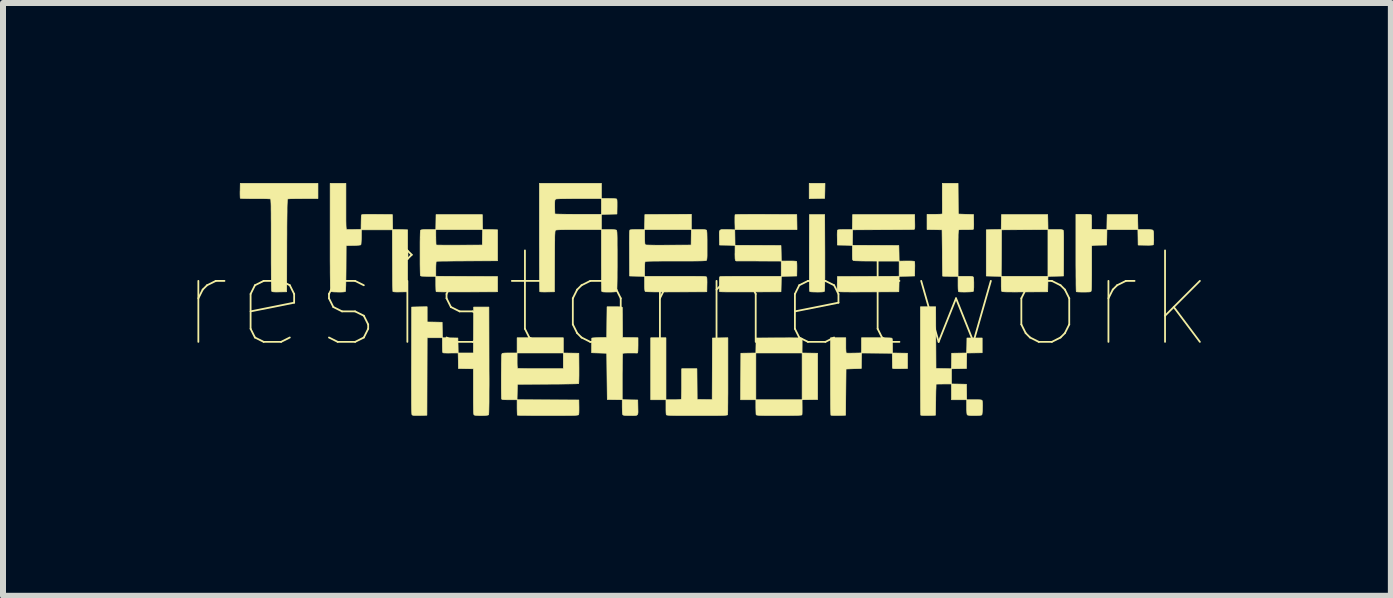
<source format=kicad_pcb>
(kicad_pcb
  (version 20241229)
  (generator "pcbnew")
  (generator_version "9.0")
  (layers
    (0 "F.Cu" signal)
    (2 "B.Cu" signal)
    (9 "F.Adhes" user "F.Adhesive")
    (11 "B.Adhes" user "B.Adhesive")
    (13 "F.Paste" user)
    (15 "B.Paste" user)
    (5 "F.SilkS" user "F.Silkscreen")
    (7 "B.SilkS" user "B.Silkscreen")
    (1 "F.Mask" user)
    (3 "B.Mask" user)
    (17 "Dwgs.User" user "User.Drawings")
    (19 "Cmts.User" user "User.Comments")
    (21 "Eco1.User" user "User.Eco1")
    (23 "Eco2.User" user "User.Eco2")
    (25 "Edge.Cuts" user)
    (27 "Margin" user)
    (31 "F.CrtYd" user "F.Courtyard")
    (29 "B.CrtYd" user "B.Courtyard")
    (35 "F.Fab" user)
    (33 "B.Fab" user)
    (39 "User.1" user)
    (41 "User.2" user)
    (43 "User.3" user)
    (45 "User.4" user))
  (footprint "resistornetwork"
    (layer "F.Cu")
    (at 8.565 1.944)
    (property "Reference" "resistornetwork" (at 0 0 0) (layer "F.SilkS") (effects (font (size 1.524 1.524) (thickness 0.03))))
    (attr through_hole)
    (fp_poly (pts (xy -0.516 1.668) (xy -0.643 1.668) (xy -0.77 1.668) (xy -0.77 1.151) (xy -0.77 0.635) (xy -0.643 0.635) (xy -0.516 0.635) (xy -0.516 1.151) (xy -0.516 1.668)) (stroke (width 0.01) (type solid)) (fill yes) (layer "F.SilkS"))
    (fp_poly (pts (xy 2.134 -1.939) (xy 2.132 -1.814) (xy 2.129 -1.689) (xy 2 -1.687) (xy 1.871 -1.684) (xy 1.871 -1.812) (xy 1.871 -1.939) (xy 2.003 -1.939) (xy 2.134 -1.939)) (stroke (width 0.01) (type solid)) (fill yes) (layer "F.SilkS"))
    (fp_poly (pts (xy 1.668 -1.168) (xy 1.152 -1.168) (xy 0.636 -1.168) (xy 0.633 -1.288) (xy 0.633 -1.331) (xy 0.633 -1.369) (xy 0.634 -1.397) (xy 0.635 -1.413) (xy 0.636 -1.415) (xy 0.645 -1.416) (xy 0.67 -1.418) (xy 0.709 -1.419) (xy 0.762 -1.42) (xy 0.828 -1.42) (xy 0.904 -1.421) (xy 0.99 -1.421) (xy 1.085 -1.421) (xy 1.152 -1.42) (xy 1.664 -1.418) (xy 1.666 -1.293) (xy 1.668 -1.168)) (stroke (width 0.01) (type solid)) (fill yes) (layer "F.SilkS"))
    (fp_poly (pts (xy 4.614 -0.258) (xy 4.614 -0.204) (xy 4.611 -0.165) (xy 4.607 -0.143) (xy 4.604 -0.137) (xy 4.593 -0.134) (xy 4.568 -0.131) (xy 4.535 -0.129) (xy 4.496 -0.128) (xy 4.456 -0.127) (xy 4.418 -0.128) (xy 4.387 -0.129) (xy 4.367 -0.131) (xy 4.362 -0.133) (xy 4.358 -0.139) (xy 4.355 -0.157) (xy 4.353 -0.187) (xy 4.352 -0.231) (xy 4.352 -0.263) (xy 4.352 -0.389) (xy 4.473 -0.389) (xy 4.529 -0.389) (xy 4.57 -0.387) (xy 4.595 -0.383) (xy 4.604 -0.379) (xy 4.609 -0.366) (xy 4.612 -0.337) (xy 4.614 -0.291) (xy 4.614 -0.258)) (stroke (width 0.01) (type solid)) (fill yes) (layer "F.SilkS"))
    (fp_poly (pts (xy 2.132 -0.542) (xy 2.132 -0.444) (xy 2.132 -0.362) (xy 2.131 -0.293) (xy 2.13 -0.238) (xy 2.129 -0.196) (xy 2.128 -0.166) (xy 2.126 -0.147) (xy 2.124 -0.139) (xy 2.124 -0.139) (xy 2.115 -0.133) (xy 2.097 -0.13) (xy 2.067 -0.128) (xy 2.023 -0.127) (xy 2.003 -0.127) (xy 1.961 -0.128) (xy 1.924 -0.129) (xy 1.897 -0.131) (xy 1.883 -0.134) (xy 1.882 -0.134) (xy 1.88 -0.139) (xy 1.878 -0.15) (xy 1.876 -0.169) (xy 1.875 -0.197) (xy 1.874 -0.235) (xy 1.873 -0.283) (xy 1.873 -0.344) (xy 1.873 -0.416) (xy 1.873 -0.503) (xy 1.873 -0.604) (xy 1.873 -0.72) (xy 1.873 -0.779) (xy 1.875 -1.418) (xy 2.002 -1.418) (xy 2.129 -1.418) (xy 2.132 -0.784) (xy 2.132 -0.655) (xy 2.132 -0.542)) (stroke (width 0.01) (type solid)) (fill yes) (layer "F.SilkS"))
    (fp_poly (pts (xy -1.329 -0.649) (xy -1.329 -0.537) (xy -1.33 -0.442) (xy -1.33 -0.361) (xy -1.331 -0.295) (xy -1.332 -0.241) (xy -1.333 -0.2) (xy -1.334 -0.17) (xy -1.336 -0.15) (xy -1.338 -0.139) (xy -1.339 -0.137) (xy -1.352 -0.132) (xy -1.381 -0.129) (xy -1.425 -0.127) (xy -1.466 -0.127) (xy -1.513 -0.127) (xy -1.546 -0.128) (xy -1.568 -0.13) (xy -1.58 -0.134) (xy -1.586 -0.139) (xy -1.587 -0.14) (xy -1.588 -0.151) (xy -1.588 -0.177) (xy -1.589 -0.217) (xy -1.59 -0.27) (xy -1.591 -0.333) (xy -1.591 -0.405) (xy -1.591 -0.486) (xy -1.592 -0.573) (xy -1.592 -0.661) (xy -1.592 -1.168) (xy -1.477 -1.168) (xy -1.433 -1.168) (xy -1.395 -1.166) (xy -1.365 -1.164) (xy -1.347 -1.16) (xy -1.346 -1.16) (xy -1.342 -1.157) (xy -1.339 -1.154) (xy -1.337 -1.147) (xy -1.335 -1.136) (xy -1.333 -1.12) (xy -1.332 -1.097) (xy -1.331 -1.067) (xy -1.33 -1.027) (xy -1.33 -0.976) (xy -1.33 -0.914) (xy -1.329 -0.838) (xy -1.329 -0.748) (xy -1.329 -0.649)) (stroke (width 0.01) (type solid)) (fill yes) (layer "F.SilkS"))
    (fp_poly (pts (xy 6.111 -0.918) (xy 6.111 -0.828) (xy 6.111 -0.769) (xy 6.109 -0.394) (xy 5.98 -0.391) (xy 5.851 -0.389) (xy 5.85 -0.365) (xy 5.85 -0.389) (xy 5.85 -0.779) (xy 5.85 -1.169) (xy 5.463 -1.166) (xy 5.076 -1.164) (xy 5.074 -0.777) (xy 5.071 -0.389) (xy 5.461 -0.389) (xy 5.85 -0.389) (xy 5.85 -0.365) (xy 5.849 -0.26) (xy 5.846 -0.131) (xy 5.469 -0.129) (xy 5.374 -0.129) (xy 5.294 -0.128) (xy 5.229 -0.129) (xy 5.177 -0.129) (xy 5.138 -0.13) (xy 5.11 -0.132) (xy 5.092 -0.134) (xy 5.083 -0.136) (xy 5.082 -0.137) (xy 5.077 -0.149) (xy 5.074 -0.176) (xy 5.072 -0.218) (xy 5.072 -0.268) (xy 5.072 -0.389) (xy 4.947 -0.391) (xy 4.822 -0.394) (xy 4.822 -0.779) (xy 4.822 -1.164) (xy 4.946 -1.167) (xy 5.071 -1.169) (xy 5.073 -1.294) (xy 5.076 -1.418) (xy 5.461 -1.418) (xy 5.846 -1.418) (xy 5.849 -1.293) (xy 5.851 -1.168) (xy 5.972 -1.168) (xy 6.024 -1.168) (xy 6.061 -1.167) (xy 6.085 -1.164) (xy 6.099 -1.16) (xy 6.104 -1.157) (xy 6.106 -1.148) (xy 6.108 -1.128) (xy 6.11 -1.096) (xy 6.111 -1.051) (xy 6.111 -0.991) (xy 6.111 -0.918)) (stroke (width 0.01) (type solid)) (fill yes) (layer "F.SilkS"))
    (fp_poly (pts (xy 4.613 -1.253) (xy 4.612 -1.215) (xy 4.61 -1.187) (xy 4.607 -1.175) (xy 4.607 -1.174) (xy 4.595 -1.171) (xy 4.57 -1.169) (xy 4.533 -1.168) (xy 4.49 -1.168) (xy 4.447 -1.168) (xy 4.41 -1.167) (xy 4.382 -1.166) (xy 4.367 -1.164) (xy 4.367 -1.164) (xy 4.363 -1.161) (xy 4.36 -1.157) (xy 4.358 -1.148) (xy 4.356 -1.133) (xy 4.355 -1.111) (xy 4.353 -1.081) (xy 4.353 -1.041) (xy 4.352 -0.99) (xy 4.352 -0.926) (xy 4.352 -0.847) (xy 4.352 -0.774) (xy 4.352 -0.389) (xy 4.225 -0.389) (xy 4.18 -0.39) (xy 4.143 -0.39) (xy 4.114 -0.391) (xy 4.098 -0.391) (xy 4.096 -0.392) (xy 4.095 -0.4) (xy 4.095 -0.424) (xy 4.094 -0.462) (xy 4.093 -0.511) (xy 4.092 -0.57) (xy 4.091 -0.638) (xy 4.09 -0.713) (xy 4.09 -0.779) (xy 4.085 -1.164) (xy 3.96 -1.167) (xy 3.835 -1.169) (xy 3.835 -1.296) (xy 3.835 -1.422) (xy 3.962 -1.422) (xy 4.014 -1.423) (xy 4.051 -1.424) (xy 4.075 -1.426) (xy 4.087 -1.429) (xy 4.09 -1.433) (xy 4.09 -1.444) (xy 4.09 -1.469) (xy 4.09 -1.508) (xy 4.09 -1.556) (xy 4.09 -1.612) (xy 4.089 -1.675) (xy 4.089 -1.691) (xy 4.089 -1.939) (xy 4.22 -1.939) (xy 4.352 -1.939) (xy 4.354 -1.683) (xy 4.356 -1.427) (xy 4.483 -1.422) (xy 4.61 -1.418) (xy 4.612 -1.3) (xy 4.613 -1.253)) (stroke (width 0.01) (type solid)) (fill yes) (layer "F.SilkS"))
    (fp_poly (pts (xy 0.516 1.269) (xy 0.516 1.371) (xy 0.516 1.469) (xy 0.516 1.561) (xy 0.515 1.645) (xy 0.515 1.72) (xy 0.514 1.785) (xy 0.514 1.839) (xy 0.513 1.879) (xy 0.512 1.906) (xy 0.511 1.917) (xy 0.511 1.917) (xy 0.509 1.92) (xy 0.503 1.922) (xy 0.493 1.924) (xy 0.477 1.926) (xy 0.454 1.927) (xy 0.423 1.928) (xy 0.382 1.929) (xy 0.33 1.93) (xy 0.266 1.93) (xy 0.189 1.93) (xy 0.098 1.93) (xy 0 1.93) (xy -0.106 1.93) (xy -0.196 1.93) (xy -0.272 1.93) (xy -0.335 1.93) (xy -0.386 1.929) (xy -0.426 1.928) (xy -0.456 1.927) (xy -0.479 1.926) (xy -0.494 1.924) (xy -0.504 1.922) (xy -0.509 1.92) (xy -0.511 1.917) (xy -0.513 1.904) (xy -0.515 1.878) (xy -0.516 1.841) (xy -0.516 1.798) (xy -0.516 1.786) (xy -0.516 1.668) (xy -0.39 1.668) (xy -0.341 1.668) (xy -0.305 1.667) (xy -0.282 1.665) (xy -0.268 1.662) (xy -0.261 1.658) (xy -0.259 1.655) (xy -0.258 1.643) (xy -0.257 1.617) (xy -0.256 1.578) (xy -0.255 1.529) (xy -0.254 1.472) (xy -0.254 1.41) (xy -0.254 1.396) (xy -0.254 1.151) (xy -0.127 1.151) (xy -0.000248 1.151) (xy 0.002 1.408) (xy 0.004 1.664) (xy 0.129 1.666) (xy 0.254 1.668) (xy 0.256 1.154) (xy 0.258 0.639) (xy 0.387 0.637) (xy 0.516 0.635) (xy 0.516 1.269)) (stroke (width 0.01) (type solid)) (fill yes) (layer "F.SilkS"))
    (fp_poly (pts (xy 2.011 1.664) (xy 1.881 1.666) (xy 1.752 1.668) (xy 1.753 1.79) (xy 1.753 1.834) (xy 1.753 1.872) (xy 1.752 1.902) (xy 1.75 1.918) (xy 1.749 1.921) (xy 1.742 1.923) (xy 1.723 1.925) (xy 1.692 1.927) (xy 1.648 1.928) (xy 1.59 1.929) (xy 1.518 1.93) (xy 1.429 1.93) (xy 1.368 1.93) (xy 1.278 1.93) (xy 1.203 1.93) (xy 1.142 1.93) (xy 1.094 1.929) (xy 1.057 1.928) (xy 1.029 1.927) (xy 1.01 1.925) (xy 0.998 1.923) (xy 0.991 1.921) (xy 0.988 1.918) (xy 0.987 1.917) (xy 0.985 1.904) (xy 0.984 1.878) (xy 0.983 1.841) (xy 0.982 1.798) (xy 0.982 1.786) (xy 0.982 1.668) (xy 1.367 1.668) (xy 1.753 1.668) (xy 1.753 1.278) (xy 1.753 0.889) (xy 1.367 0.889) (xy 0.982 0.889) (xy 0.982 1.278) (xy 0.982 1.668) (xy 0.855 1.668) (xy 0.728 1.668) (xy 0.73 1.281) (xy 0.732 0.893) (xy 0.857 0.891) (xy 0.982 0.889) (xy 0.984 0.764) (xy 0.986 0.639) (xy 1.369 0.637) (xy 1.463 0.637) (xy 1.542 0.636) (xy 1.606 0.637) (xy 1.656 0.637) (xy 1.695 0.638) (xy 1.722 0.639) (xy 1.74 0.641) (xy 1.75 0.643) (xy 1.753 0.645) (xy 1.753 0.658) (xy 1.753 0.683) (xy 1.753 0.719) (xy 1.753 0.761) (xy 1.753 0.772) (xy 1.752 0.889) (xy 1.881 0.891) (xy 2.011 0.893) (xy 2.011 1.278) (xy 2.011 1.664)) (stroke (width 0.01) (type solid)) (fill yes) (layer "F.SilkS"))
    (fp_poly (pts (xy 3.509 1.147) (xy 3.385 1.15) (xy 3.334 1.15) (xy 3.298 1.15) (xy 3.275 1.148) (xy 3.263 1.145) (xy 3.259 1.141) (xy 3.259 1.129) (xy 3.258 1.104) (xy 3.258 1.068) (xy 3.257 1.025) (xy 3.257 1.012) (xy 3.255 0.893) (xy 3 0.891) (xy 2.744 0.889) (xy 2.741 1.018) (xy 2.739 1.147) (xy 2.612 1.151) (xy 2.485 1.156) (xy 2.481 1.541) (xy 2.477 1.926) (xy 2.357 1.929) (xy 2.314 1.929) (xy 2.277 1.929) (xy 2.249 1.927) (xy 2.234 1.926) (xy 2.233 1.925) (xy 2.232 1.916) (xy 2.231 1.891) (xy 2.23 1.852) (xy 2.229 1.8) (xy 2.228 1.736) (xy 2.228 1.662) (xy 2.227 1.579) (xy 2.227 1.488) (xy 2.227 1.391) (xy 2.227 1.288) (xy 2.227 1.277) (xy 2.227 0.635) (xy 2.354 0.635) (xy 2.481 0.635) (xy 2.481 0.761) (xy 2.481 0.81) (xy 2.483 0.85) (xy 2.485 0.877) (xy 2.488 0.89) (xy 2.489 0.89) (xy 2.5 0.891) (xy 2.525 0.892) (xy 2.56 0.892) (xy 2.602 0.891) (xy 2.62 0.891) (xy 2.743 0.888) (xy 2.743 0.762) (xy 2.743 0.635) (xy 2.997 0.635) (xy 3.073 0.635) (xy 3.133 0.636) (xy 3.18 0.637) (xy 3.213 0.638) (xy 3.236 0.64) (xy 3.248 0.642) (xy 3.252 0.645) (xy 3.252 0.646) (xy 3.255 0.662) (xy 3.256 0.665) (xy 3.257 0.676) (xy 3.257 0.701) (xy 3.258 0.735) (xy 3.259 0.776) (xy 3.259 0.781) (xy 3.26 0.889) (xy 3.385 0.891) (xy 3.509 0.893) (xy 3.509 1.02) (xy 3.509 1.147)) (stroke (width 0.01) (type solid)) (fill yes) (layer "F.SilkS"))
    (fp_poly (pts (xy -6.316 -1.685) (xy -6.564 -1.685) (xy -6.627 -1.684) (xy -6.685 -1.684) (xy -6.736 -1.683) (xy -6.777 -1.682) (xy -6.806 -1.68) (xy -6.821 -1.678) (xy -6.822 -1.678) (xy -6.824 -1.673) (xy -6.826 -1.662) (xy -6.827 -1.642) (xy -6.828 -1.613) (xy -6.83 -1.574) (xy -6.831 -1.525) (xy -6.831 -1.465) (xy -6.832 -1.392) (xy -6.833 -1.306) (xy -6.834 -1.206) (xy -6.834 -1.091) (xy -6.835 -0.96) (xy -6.835 -0.901) (xy -6.837 -0.131) (xy -6.956 -0.129) (xy -7.006 -0.128) (xy -7.042 -0.129) (xy -7.065 -0.131) (xy -7.079 -0.134) (xy -7.085 -0.138) (xy -7.087 -0.145) (xy -7.089 -0.162) (xy -7.09 -0.189) (xy -7.091 -0.227) (xy -7.092 -0.277) (xy -7.093 -0.339) (xy -7.094 -0.414) (xy -7.094 -0.504) (xy -7.095 -0.608) (xy -7.095 -0.727) (xy -7.095 -0.862) (xy -7.095 -0.911) (xy -7.095 -1.046) (xy -7.095 -1.166) (xy -7.095 -1.27) (xy -7.096 -1.36) (xy -7.096 -1.437) (xy -7.097 -1.502) (xy -7.097 -1.554) (xy -7.098 -1.596) (xy -7.1 -1.629) (xy -7.101 -1.652) (xy -7.102 -1.668) (xy -7.104 -1.676) (xy -7.105 -1.678) (xy -7.116 -1.68) (xy -7.142 -1.681) (xy -7.18 -1.683) (xy -7.229 -1.684) (xy -7.285 -1.684) (xy -7.347 -1.684) (xy -7.361 -1.684) (xy -7.424 -1.684) (xy -7.481 -1.685) (xy -7.53 -1.686) (xy -7.569 -1.687) (xy -7.597 -1.689) (xy -7.61 -1.69) (xy -7.611 -1.691) (xy -7.612 -1.701) (xy -7.613 -1.725) (xy -7.614 -1.76) (xy -7.614 -1.802) (xy -7.613 -1.818) (xy -7.611 -1.939) (xy -6.963 -1.939) (xy -6.316 -1.939) (xy -6.316 -1.812) (xy -6.316 -1.685)) (stroke (width 0.01) (type solid)) (fill yes) (layer "F.SilkS"))
    (fp_poly (pts (xy -0.982 0.762) (xy -0.983 0.814) (xy -0.984 0.851) (xy -0.986 0.875) (xy -0.989 0.887) (xy -0.993 0.889) (xy -1.005 0.89) (xy -1.03 0.889) (xy -1.066 0.889) (xy -1.108 0.889) (xy -1.119 0.889) (xy -1.166 0.889) (xy -1.199 0.89) (xy -1.22 0.891) (xy -1.232 0.895) (xy -1.238 0.9) (xy -1.239 0.902) (xy -1.24 0.913) (xy -1.241 0.939) (xy -1.242 0.979) (xy -1.243 1.03) (xy -1.244 1.091) (xy -1.244 1.16) (xy -1.245 1.235) (xy -1.245 1.292) (xy -1.245 1.667) (xy -1.115 1.67) (xy -0.986 1.672) (xy -0.984 1.782) (xy -0.983 1.836) (xy -0.982 1.875) (xy -0.985 1.901) (xy -0.993 1.918) (xy -1.008 1.927) (xy -1.032 1.93) (xy -1.066 1.931) (xy -1.108 1.93) (xy -1.163 1.93) (xy -1.203 1.928) (xy -1.227 1.924) (xy -1.234 1.92) (xy -1.239 1.908) (xy -1.242 1.88) (xy -1.244 1.837) (xy -1.245 1.789) (xy -1.245 1.668) (xy -1.369 1.666) (xy -1.494 1.664) (xy -1.499 1.278) (xy -1.503 0.893) (xy -1.629 0.889) (xy -1.755 0.885) (xy -1.754 0.766) (xy -1.754 0.723) (xy -1.753 0.686) (xy -1.753 0.658) (xy -1.753 0.643) (xy -1.753 0.642) (xy -1.745 0.639) (xy -1.723 0.637) (xy -1.69 0.635) (xy -1.649 0.634) (xy -1.628 0.633) (xy -1.503 0.631) (xy -1.501 0.375) (xy -1.498 0.119) (xy -1.371 0.119) (xy -1.32 0.119) (xy -1.283 0.12) (xy -1.259 0.122) (xy -1.247 0.126) (xy -1.244 0.129) (xy -1.244 0.14) (xy -1.244 0.166) (xy -1.244 0.204) (xy -1.243 0.252) (xy -1.243 0.308) (xy -1.242 0.371) (xy -1.242 0.385) (xy -1.24 0.631) (xy -1.111 0.633) (xy -0.982 0.635) (xy -0.982 0.762)) (stroke (width 0.01) (type solid)) (fill yes) (layer "F.SilkS"))
    (fp_poly (pts (xy 1.666 -0.525) (xy 1.666 -0.512) (xy 1.664 -0.394) (xy 1.535 -0.391) (xy 1.406 -0.389) (xy 1.404 -0.26) (xy 1.401 -0.131) (xy 0.893 -0.129) (xy 0.801 -0.129) (xy 0.715 -0.129) (xy 0.635 -0.129) (xy 0.564 -0.129) (xy 0.502 -0.129) (xy 0.451 -0.13) (xy 0.412 -0.131) (xy 0.387 -0.132) (xy 0.378 -0.133) (xy 0.376 -0.143) (xy 0.374 -0.167) (xy 0.373 -0.201) (xy 0.373 -0.243) (xy 0.373 -0.259) (xy 0.373 -0.307) (xy 0.374 -0.341) (xy 0.376 -0.364) (xy 0.379 -0.377) (xy 0.383 -0.383) (xy 0.386 -0.384) (xy 0.397 -0.385) (xy 0.423 -0.386) (xy 0.463 -0.387) (xy 0.515 -0.388) (xy 0.578 -0.388) (xy 0.651 -0.389) (xy 0.731 -0.389) (xy 0.818 -0.389) (xy 0.902 -0.389) (xy 1.405 -0.389) (xy 1.405 -0.516) (xy 1.405 -0.643) (xy 1.044 -0.644) (xy 0.966 -0.645) (xy 0.894 -0.645) (xy 0.829 -0.645) (xy 0.773 -0.645) (xy 0.727 -0.645) (xy 0.693 -0.645) (xy 0.673 -0.645) (xy 0.669 -0.644) (xy 0.656 -0.645) (xy 0.646 -0.65) (xy 0.64 -0.661) (xy 0.636 -0.682) (xy 0.635 -0.714) (xy 0.634 -0.76) (xy 0.635 -0.782) (xy 0.636 -0.905) (xy 0.506 -0.908) (xy 0.377 -0.91) (xy 0.374 -1.035) (xy 0.373 -1.084) (xy 0.373 -1.119) (xy 0.377 -1.143) (xy 0.386 -1.158) (xy 0.403 -1.166) (xy 0.43 -1.168) (xy 0.47 -1.168) (xy 0.521 -1.167) (xy 0.631 -1.164) (xy 0.633 -1.035) (xy 0.635 -0.906) (xy 1.018 -0.904) (xy 1.401 -0.902) (xy 1.404 -0.772) (xy 1.406 -0.643) (xy 1.529 -0.644) (xy 1.574 -0.644) (xy 1.612 -0.643) (xy 1.641 -0.641) (xy 1.658 -0.638) (xy 1.661 -0.637) (xy 1.663 -0.626) (xy 1.665 -0.602) (xy 1.666 -0.567) (xy 1.666 -0.525)) (stroke (width 0.01) (type solid)) (fill yes) (layer "F.SilkS"))
    (fp_poly (pts (xy -3.464 1.429) (xy -3.465 1.536) (xy -3.465 1.628) (xy -3.465 1.707) (xy -3.466 1.772) (xy -3.467 1.825) (xy -3.468 1.865) (xy -3.469 1.894) (xy -3.471 1.911) (xy -3.472 1.919) (xy -3.472 1.919) (xy -3.485 1.924) (xy -3.51 1.927) (xy -3.544 1.93) (xy -3.583 1.931) (xy -3.624 1.931) (xy -3.661 1.929) (xy -3.691 1.927) (xy -3.711 1.923) (xy -3.715 1.92) (xy -3.718 1.913) (xy -3.72 1.897) (xy -3.722 1.87) (xy -3.723 1.831) (xy -3.724 1.781) (xy -3.725 1.716) (xy -3.725 1.637) (xy -3.725 1.542) (xy -3.725 1.531) (xy -3.725 1.152) (xy -3.85 1.15) (xy -3.975 1.147) (xy -3.977 1.018) (xy -3.98 0.888) (xy -4.102 0.889) (xy -4.146 0.89) (xy -4.184 0.889) (xy -4.214 0.888) (xy -4.23 0.886) (xy -4.233 0.885) (xy -4.237 0.874) (xy -4.24 0.848) (xy -4.241 0.807) (xy -4.242 0.757) (xy -4.242 0.635) (xy -4.369 0.635) (xy -4.496 0.635) (xy -4.498 1.281) (xy -4.5 1.926) (xy -4.619 1.929) (xy -4.67 1.929) (xy -4.705 1.929) (xy -4.729 1.927) (xy -4.743 1.923) (xy -4.749 1.919) (xy -4.75 1.912) (xy -4.752 1.896) (xy -4.753 1.87) (xy -4.754 1.833) (xy -4.755 1.784) (xy -4.756 1.724) (xy -4.756 1.65) (xy -4.756 1.563) (xy -4.757 1.462) (xy -4.757 1.347) (xy -4.757 1.215) (xy -4.756 1.068) (xy -4.756 1.015) (xy -4.754 0.123) (xy -4.625 0.12) (xy -4.496 0.118) (xy -4.496 0.245) (xy -4.496 0.372) (xy -4.371 0.374) (xy -4.246 0.377) (xy -4.244 0.506) (xy -4.241 0.635) (xy -4.112 0.637) (xy -3.984 0.639) (xy -3.981 0.764) (xy -3.979 0.889) (xy -3.852 0.889) (xy -3.726 0.889) (xy -3.723 0.506) (xy -3.721 0.123) (xy -3.594 0.123) (xy -3.467 0.123) (xy -3.465 1.015) (xy -3.465 1.169) (xy -3.464 1.307) (xy -3.464 1.429)) (stroke (width 0.01) (type solid)) (fill yes) (layer "F.SilkS"))
    (fp_poly (pts (xy -1.331 -1.583) (xy -1.331 -1.549) (xy -1.333 -1.427) (xy -1.463 -1.424) (xy -1.592 -1.422) (xy -1.592 -1.295) (xy -1.592 -1.168) (xy -1.967 -1.168) (xy -2.062 -1.168) (xy -2.142 -1.168) (xy -2.206 -1.167) (xy -2.258 -1.166) (xy -2.297 -1.165) (xy -2.326 -1.163) (xy -2.345 -1.161) (xy -2.355 -1.159) (xy -2.356 -1.158) (xy -2.359 -1.155) (xy -2.362 -1.149) (xy -2.364 -1.139) (xy -2.366 -1.124) (xy -2.367 -1.103) (xy -2.369 -1.073) (xy -2.37 -1.035) (xy -2.37 -0.987) (xy -2.371 -0.927) (xy -2.372 -0.854) (xy -2.372 -0.768) (xy -2.373 -0.665) (xy -2.373 -0.639) (xy -2.375 -0.131) (xy -2.494 -0.129) (xy -2.537 -0.128) (xy -2.574 -0.129) (xy -2.602 -0.13) (xy -2.617 -0.132) (xy -2.619 -0.132) (xy -2.62 -0.142) (xy -2.62 -0.166) (xy -2.621 -0.206) (xy -2.622 -0.259) (xy -2.622 -0.325) (xy -2.623 -0.402) (xy -2.623 -0.49) (xy -2.624 -0.586) (xy -2.624 -0.691) (xy -2.624 -0.802) (xy -2.625 -0.92) (xy -2.625 -1.039) (xy -2.625 -1.939) (xy -2.108 -1.939) (xy -1.592 -1.939) (xy -1.592 -1.812) (xy -1.592 -1.685) (xy -1.965 -1.685) (xy -2.066 -1.685) (xy -2.152 -1.684) (xy -2.224 -1.683) (xy -2.281 -1.682) (xy -2.322 -1.68) (xy -2.347 -1.678) (xy -2.354 -1.676) (xy -2.361 -1.671) (xy -2.365 -1.663) (xy -2.368 -1.649) (xy -2.37 -1.626) (xy -2.371 -1.591) (xy -2.371 -1.551) (xy -2.37 -1.508) (xy -2.369 -1.471) (xy -2.368 -1.444) (xy -2.366 -1.429) (xy -2.365 -1.428) (xy -2.356 -1.427) (xy -2.331 -1.426) (xy -2.293 -1.425) (xy -2.243 -1.424) (xy -2.183 -1.423) (xy -2.115 -1.423) (xy -2.04 -1.422) (xy -1.976 -1.422) (xy -1.592 -1.422) (xy -1.592 -1.554) (xy -1.592 -1.685) (xy -1.471 -1.685) (xy -1.427 -1.684) (xy -1.388 -1.683) (xy -1.359 -1.681) (xy -1.342 -1.679) (xy -1.34 -1.678) (xy -1.335 -1.67) (xy -1.332 -1.653) (xy -1.331 -1.625) (xy -1.331 -1.583)) (stroke (width 0.01) (type solid)) (fill yes) (layer "F.SilkS"))
    (fp_poly (pts (xy 3.631 -1.249) (xy 3.631 -1.215) (xy 3.63 -1.193) (xy 3.627 -1.181) (xy 3.623 -1.174) (xy 3.618 -1.172) (xy 3.607 -1.171) (xy 3.58 -1.17) (xy 3.54 -1.169) (xy 3.487 -1.169) (xy 3.424 -1.168) (xy 3.351 -1.167) (xy 3.271 -1.167) (xy 3.184 -1.166) (xy 3.099 -1.166) (xy 2.595 -1.164) (xy 2.593 -1.035) (xy 2.59 -0.906) (xy 2.978 -0.904) (xy 3.365 -0.902) (xy 3.368 -0.772) (xy 3.37 -0.642) (xy 3.493 -0.644) (xy 3.54 -0.644) (xy 3.579 -0.643) (xy 3.608 -0.641) (xy 3.623 -0.638) (xy 3.624 -0.638) (xy 3.628 -0.626) (xy 3.63 -0.601) (xy 3.631 -0.564) (xy 3.63 -0.518) (xy 3.63 -0.512) (xy 3.628 -0.394) (xy 3.499 -0.391) (xy 3.37 -0.389) (xy 3.368 -0.26) (xy 3.365 -0.131) (xy 2.855 -0.129) (xy 2.746 -0.129) (xy 2.653 -0.128) (xy 2.575 -0.128) (xy 2.51 -0.129) (xy 2.457 -0.129) (xy 2.416 -0.13) (xy 2.385 -0.131) (xy 2.363 -0.133) (xy 2.349 -0.134) (xy 2.342 -0.137) (xy 2.341 -0.138) (xy 2.339 -0.15) (xy 2.338 -0.176) (xy 2.338 -0.211) (xy 2.338 -0.254) (xy 2.339 -0.267) (xy 2.341 -0.385) (xy 2.855 -0.387) (xy 3.37 -0.39) (xy 3.37 -0.517) (xy 3.37 -0.643) (xy 2.997 -0.643) (xy 2.896 -0.644) (xy 2.809 -0.644) (xy 2.738 -0.645) (xy 2.681 -0.647) (xy 2.64 -0.648) (xy 2.615 -0.651) (xy 2.607 -0.652) (xy 2.601 -0.657) (xy 2.596 -0.665) (xy 2.593 -0.679) (xy 2.592 -0.701) (xy 2.591 -0.735) (xy 2.591 -0.783) (xy 2.591 -0.905) (xy 2.466 -0.908) (xy 2.341 -0.91) (xy 2.339 -1.032) (xy 2.338 -1.084) (xy 2.339 -1.121) (xy 2.341 -1.145) (xy 2.344 -1.158) (xy 2.347 -1.161) (xy 2.359 -1.164) (xy 2.385 -1.166) (xy 2.42 -1.167) (xy 2.463 -1.168) (xy 2.474 -1.168) (xy 2.59 -1.168) (xy 2.593 -1.293) (xy 2.595 -1.418) (xy 3.111 -1.418) (xy 3.628 -1.418) (xy 3.63 -1.297) (xy 3.631 -1.249)) (stroke (width 0.01) (type solid)) (fill yes) (layer "F.SilkS"))
    (fp_poly (pts (xy 4.759 1.762) (xy 4.758 1.802) (xy 4.757 1.841) (xy 4.755 1.876) (xy 4.752 1.904) (xy 4.749 1.919) (xy 4.748 1.92) (xy 4.735 1.925) (xy 4.705 1.928) (xy 4.66 1.93) (xy 4.627 1.93) (xy 4.572 1.93) (xy 4.534 1.927) (xy 4.512 1.923) (xy 4.506 1.92) (xy 4.501 1.908) (xy 4.498 1.88) (xy 4.496 1.837) (xy 4.496 1.789) (xy 4.496 1.668) (xy 4.369 1.668) (xy 4.242 1.668) (xy 4.242 1.537) (xy 4.242 1.405) (xy 4.115 1.405) (xy 4.07 1.406) (xy 4.033 1.406) (xy 4.004 1.407) (xy 3.988 1.407) (xy 3.986 1.408) (xy 3.985 1.416) (xy 3.985 1.44) (xy 3.984 1.476) (xy 3.982 1.523) (xy 3.981 1.579) (xy 3.98 1.641) (xy 3.98 1.668) (xy 3.975 1.926) (xy 3.856 1.929) (xy 3.813 1.929) (xy 3.776 1.929) (xy 3.748 1.927) (xy 3.733 1.926) (xy 3.731 1.925) (xy 3.73 1.916) (xy 3.73 1.891) (xy 3.729 1.851) (xy 3.728 1.798) (xy 3.728 1.732) (xy 3.727 1.655) (xy 3.727 1.568) (xy 3.726 1.471) (xy 3.726 1.367) (xy 3.726 1.255) (xy 3.725 1.138) (xy 3.725 1.019) (xy 3.725 0.119) (xy 3.852 0.119) (xy 3.979 0.119) (xy 3.981 0.633) (xy 3.984 1.147) (xy 4.112 1.15) (xy 4.241 1.152) (xy 4.244 1.023) (xy 4.246 0.893) (xy 4.371 0.891) (xy 4.495 0.889) (xy 4.498 0.764) (xy 4.5 0.639) (xy 4.627 0.639) (xy 4.754 0.639) (xy 4.754 0.762) (xy 4.754 0.885) (xy 4.625 0.887) (xy 4.496 0.889) (xy 4.494 1.018) (xy 4.492 1.147) (xy 4.367 1.15) (xy 4.242 1.152) (xy 4.242 1.278) (xy 4.242 1.405) (xy 4.367 1.407) (xy 4.492 1.41) (xy 4.494 1.539) (xy 4.496 1.668) (xy 4.622 1.668) (xy 4.672 1.668) (xy 4.707 1.669) (xy 4.73 1.671) (xy 4.744 1.674) (xy 4.751 1.678) (xy 4.753 1.681) (xy 4.756 1.698) (xy 4.758 1.726) (xy 4.759 1.762)) (stroke (width 0.01) (type solid)) (fill yes) (layer "F.SilkS"))
    (fp_poly (pts (xy 7.613 -0.989) (xy 7.611 -0.952) (xy 7.609 -0.926) (xy 7.606 -0.914) (xy 7.606 -0.914) (xy 7.594 -0.911) (xy 7.568 -0.909) (xy 7.53 -0.907) (xy 7.482 -0.908) (xy 7.475 -0.908) (xy 7.353 -0.91) (xy 7.351 -1.039) (xy 7.349 -1.168) (xy 7.091 -1.168) (xy 6.833 -1.168) (xy 6.831 -1.039) (xy 6.828 -0.91) (xy 6.703 -0.908) (xy 6.655 -0.907) (xy 6.621 -0.906) (xy 6.599 -0.904) (xy 6.586 -0.901) (xy 6.58 -0.897) (xy 6.579 -0.891) (xy 6.578 -0.887) (xy 6.578 -0.874) (xy 6.578 -0.847) (xy 6.578 -0.806) (xy 6.578 -0.755) (xy 6.578 -0.693) (xy 6.578 -0.625) (xy 6.578 -0.55) (xy 6.578 -0.513) (xy 6.578 -0.42) (xy 6.577 -0.338) (xy 6.576 -0.269) (xy 6.575 -0.215) (xy 6.573 -0.175) (xy 6.571 -0.15) (xy 6.57 -0.143) (xy 6.565 -0.137) (xy 6.556 -0.132) (xy 6.542 -0.129) (xy 6.518 -0.128) (xy 6.482 -0.127) (xy 6.444 -0.127) (xy 6.401 -0.127) (xy 6.365 -0.128) (xy 6.338 -0.13) (xy 6.323 -0.132) (xy 6.322 -0.133) (xy 6.321 -0.142) (xy 6.32 -0.167) (xy 6.319 -0.206) (xy 6.318 -0.258) (xy 6.318 -0.321) (xy 6.317 -0.396) (xy 6.317 -0.479) (xy 6.316 -0.57) (xy 6.316 -0.667) (xy 6.316 -0.769) (xy 6.316 -0.78) (xy 6.316 -1.422) (xy 6.442 -1.422) (xy 6.492 -1.422) (xy 6.528 -1.421) (xy 6.551 -1.419) (xy 6.565 -1.416) (xy 6.572 -1.412) (xy 6.573 -1.41) (xy 6.575 -1.397) (xy 6.576 -1.37) (xy 6.577 -1.335) (xy 6.577 -1.292) (xy 6.577 -1.285) (xy 6.576 -1.173) (xy 6.704 -1.17) (xy 6.832 -1.168) (xy 6.834 -1.293) (xy 6.837 -1.418) (xy 7.091 -1.418) (xy 7.345 -1.418) (xy 7.347 -1.293) (xy 7.35 -1.168) (xy 7.466 -1.168) (xy 7.522 -1.168) (xy 7.562 -1.165) (xy 7.587 -1.162) (xy 7.597 -1.158) (xy 7.603 -1.151) (xy 7.607 -1.138) (xy 7.61 -1.116) (xy 7.611 -1.084) (xy 7.612 -1.037) (xy 7.612 -1.035) (xy 7.613 -0.989)) (stroke (width 0.01) (type solid)) (fill yes) (layer "F.SilkS"))
    (fp_poly (pts (xy -3.323 -0.131) (xy -3.832 -0.129) (xy -3.923 -0.129) (xy -4.009 -0.129) (xy -4.089 -0.129) (xy -4.161 -0.129) (xy -4.223 -0.129) (xy -4.274 -0.13) (xy -4.312 -0.131) (xy -4.337 -0.132) (xy -4.346 -0.133) (xy -4.348 -0.143) (xy -4.35 -0.167) (xy -4.351 -0.201) (xy -4.352 -0.243) (xy -4.352 -0.264) (xy -4.352 -0.389) (xy -4.478 -0.389) (xy -4.528 -0.39) (xy -4.563 -0.391) (xy -4.586 -0.392) (xy -4.6 -0.395) (xy -4.607 -0.4) (xy -4.609 -0.403) (xy -4.61 -0.414) (xy -4.611 -0.44) (xy -4.612 -0.48) (xy -4.613 -0.531) (xy -4.614 -0.591) (xy -4.614 -0.66) (xy -4.614 -0.735) (xy -4.614 -0.782) (xy -4.614 -0.877) (xy -4.614 -0.956) (xy -4.613 -1.02) (xy -4.612 -1.071) (xy -4.611 -1.109) (xy -4.609 -1.136) (xy -4.607 -1.152) (xy -4.604 -1.158) (xy -4.592 -1.163) (xy -4.564 -1.166) (xy -4.521 -1.168) (xy -4.473 -1.168) (xy -4.352 -1.168) (xy -4.35 -1.293) (xy -4.348 -1.418) (xy -3.962 -1.418) (xy -3.577 -1.418) (xy -3.575 -1.294) (xy -3.572 -1.169) (xy -3.448 -1.167) (xy -3.323 -1.164) (xy -3.323 -0.906) (xy -3.323 -0.648) (xy -3.572 -0.647) (xy -3.572 -1.168) (xy -3.962 -1.168) (xy -4.352 -1.168) (xy -4.352 -1.043) (xy -4.351 -0.998) (xy -4.35 -0.96) (xy -4.349 -0.931) (xy -4.347 -0.914) (xy -4.346 -0.911) (xy -4.337 -0.91) (xy -4.312 -0.909) (xy -4.274 -0.909) (xy -4.224 -0.908) (xy -4.164 -0.908) (xy -4.096 -0.908) (xy -4.021 -0.908) (xy -3.959 -0.908) (xy -3.577 -0.91) (xy -3.575 -1.039) (xy -3.572 -1.168) (xy -3.572 -0.647) (xy -3.83 -0.646) (xy -3.921 -0.645) (xy -4.007 -0.645) (xy -4.086 -0.644) (xy -4.158 -0.643) (xy -4.22 -0.643) (xy -4.271 -0.642) (xy -4.31 -0.641) (xy -4.335 -0.64) (xy -4.344 -0.639) (xy -4.347 -0.629) (xy -4.349 -0.605) (xy -4.351 -0.571) (xy -4.352 -0.529) (xy -4.352 -0.512) (xy -4.352 -0.39) (xy -3.838 -0.387) (xy -3.323 -0.385) (xy -3.323 -0.258) (xy -3.323 -0.131)) (stroke (width 0.01) (type solid)) (fill yes) (layer "F.SilkS"))
    (fp_poly (pts (xy -4.822 -0.131) (xy -4.943 -0.129) (xy -4.993 -0.128) (xy -5.028 -0.129) (xy -5.051 -0.131) (xy -5.064 -0.134) (xy -5.068 -0.138) (xy -5.068 -0.148) (xy -5.069 -0.174) (xy -5.07 -0.213) (xy -5.071 -0.265) (xy -5.072 -0.328) (xy -5.072 -0.4) (xy -5.073 -0.481) (xy -5.073 -0.567) (xy -5.074 -0.656) (xy -5.076 -1.164) (xy -5.334 -1.164) (xy -5.592 -1.164) (xy -5.593 -1.043) (xy -5.594 -0.999) (xy -5.596 -0.961) (xy -5.598 -0.932) (xy -5.601 -0.916) (xy -5.602 -0.914) (xy -5.613 -0.911) (xy -5.637 -0.908) (xy -5.672 -0.906) (xy -5.714 -0.904) (xy -5.728 -0.904) (xy -5.846 -0.902) (xy -5.848 -0.521) (xy -5.849 -0.426) (xy -5.85 -0.346) (xy -5.851 -0.281) (xy -5.852 -0.23) (xy -5.854 -0.191) (xy -5.855 -0.163) (xy -5.857 -0.145) (xy -5.86 -0.135) (xy -5.861 -0.134) (xy -5.875 -0.131) (xy -5.901 -0.128) (xy -5.936 -0.127) (xy -5.975 -0.127) (xy -6.015 -0.128) (xy -6.052 -0.129) (xy -6.081 -0.132) (xy -6.099 -0.135) (xy -6.103 -0.137) (xy -6.104 -0.143) (xy -6.106 -0.156) (xy -6.107 -0.179) (xy -6.109 -0.211) (xy -6.11 -0.253) (xy -6.11 -0.307) (xy -6.111 -0.372) (xy -6.112 -0.45) (xy -6.112 -0.541) (xy -6.113 -0.646) (xy -6.113 -0.766) (xy -6.113 -0.901) (xy -6.113 -1.043) (xy -6.113 -1.939) (xy -5.982 -1.939) (xy -5.85 -1.939) (xy -5.85 -1.554) (xy -5.85 -1.459) (xy -5.85 -1.38) (xy -5.85 -1.316) (xy -5.849 -1.265) (xy -5.848 -1.226) (xy -5.846 -1.198) (xy -5.844 -1.18) (xy -5.842 -1.17) (xy -5.84 -1.168) (xy -5.825 -1.167) (xy -5.799 -1.167) (xy -5.764 -1.168) (xy -5.726 -1.168) (xy -5.687 -1.169) (xy -5.651 -1.17) (xy -5.622 -1.17) (xy -5.604 -1.171) (xy -5.599 -1.171) (xy -5.598 -1.18) (xy -5.597 -1.203) (xy -5.597 -1.236) (xy -5.596 -1.276) (xy -5.596 -1.288) (xy -5.595 -1.331) (xy -5.594 -1.368) (xy -5.592 -1.396) (xy -5.589 -1.411) (xy -5.589 -1.413) (xy -5.582 -1.416) (xy -5.565 -1.418) (xy -5.536 -1.42) (xy -5.494 -1.421) (xy -5.438 -1.421) (xy -5.367 -1.421) (xy -5.329 -1.42) (xy -5.076 -1.418) (xy -5.073 -1.294) (xy -5.071 -1.169) (xy -4.946 -1.167) (xy -4.822 -1.164) (xy -4.822 -0.648) (xy -4.822 -0.131)) (stroke (width 0.01) (type solid)) (fill yes) (layer "F.SilkS"))
    (fp_poly (pts (xy -1.966 1.846) (xy -1.967 1.887) (xy -1.97 1.911) (xy -1.974 1.919) (xy -1.978 1.921) (xy -1.988 1.923) (xy -2.003 1.925) (xy -2.027 1.927) (xy -2.059 1.928) (xy -2.101 1.929) (xy -2.155 1.929) (xy -2.221 1.93) (xy -2.3 1.93) (xy -2.394 1.93) (xy -2.485 1.93) (xy -2.575 1.93) (xy -2.661 1.93) (xy -2.74 1.93) (xy -2.811 1.929) (xy -2.872 1.928) (xy -2.922 1.928) (xy -2.96 1.927) (xy -2.983 1.926) (xy -2.992 1.925) (xy -2.994 1.915) (xy -2.995 1.891) (xy -2.996 1.856) (xy -2.997 1.814) (xy -2.997 1.794) (xy -2.997 1.668) (xy -3.123 1.668) (xy -3.173 1.668) (xy -3.208 1.667) (xy -3.232 1.665) (xy -3.246 1.662) (xy -3.253 1.658) (xy -3.255 1.655) (xy -3.256 1.642) (xy -3.257 1.615) (xy -3.258 1.575) (xy -3.259 1.525) (xy -3.26 1.467) (xy -3.26 1.402) (xy -3.26 1.334) (xy -3.26 1.265) (xy -3.259 1.196) (xy -3.258 1.129) (xy -3.258 1.067) (xy -3.256 1.012) (xy -3.255 0.966) (xy -3.254 0.932) (xy -3.252 0.911) (xy -3.251 0.905) (xy -3.246 0.899) (xy -3.238 0.894) (xy -3.224 0.892) (xy -3.202 0.89) (xy -3.168 0.889) (xy -3.12 0.889) (xy -3.12 0.889) (xy -2.997 0.889) (xy -2.997 1.015) (xy -2.997 1.059) (xy -2.996 1.097) (xy -2.994 1.127) (xy -2.992 1.143) (xy -2.992 1.146) (xy -2.982 1.147) (xy -2.958 1.148) (xy -2.92 1.149) (xy -2.87 1.15) (xy -2.81 1.151) (xy -2.742 1.151) (xy -2.667 1.151) (xy -2.606 1.151) (xy -2.227 1.151) (xy -2.227 1.02) (xy -2.227 0.889) (xy -2.612 0.889) (xy -2.997 0.889) (xy -2.997 0.762) (xy -2.997 0.635) (xy -2.612 0.635) (xy -2.227 0.635) (xy -2.227 0.762) (xy -2.227 0.889) (xy -2.098 0.891) (xy -1.968 0.893) (xy -1.966 1.142) (xy -1.966 1.206) (xy -1.966 1.264) (xy -1.967 1.314) (xy -1.968 1.355) (xy -1.969 1.383) (xy -1.971 1.398) (xy -1.971 1.399) (xy -1.981 1.4) (xy -2.006 1.402) (xy -2.045 1.403) (xy -2.096 1.404) (xy -2.158 1.405) (xy -2.23 1.406) (xy -2.31 1.407) (xy -2.396 1.407) (xy -2.486 1.408) (xy -2.993 1.41) (xy -2.995 1.539) (xy -2.998 1.668) (xy -2.483 1.67) (xy -1.968 1.672) (xy -1.966 1.79) (xy -1.966 1.846)) (stroke (width 0.01) (type solid)) (fill yes) (layer "F.SilkS"))
    (fp_poly (pts (xy 0.169 -0.905) (xy 0.169 -0.834) (xy 0.169 -0.778) (xy 0.169 -0.736) (xy 0.168 -0.705) (xy 0.166 -0.683) (xy 0.164 -0.669) (xy 0.161 -0.66) (xy 0.157 -0.655) (xy 0.153 -0.652) (xy 0.14 -0.65) (xy 0.112 -0.648) (xy 0.067 -0.646) (xy 0.006 -0.645) (xy -0.072 -0.644) (xy -0.167 -0.644) (xy -0.278 -0.644) (xy -0.361 -0.644) (xy -0.469 -0.644) (xy -0.561 -0.644) (xy -0.639 -0.643) (xy -0.702 -0.643) (xy -0.754 -0.642) (xy -0.794 -0.641) (xy -0.824 -0.64) (xy -0.845 -0.638) (xy -0.858 -0.636) (xy -0.864 -0.634) (xy -0.865 -0.633) (xy -0.867 -0.621) (xy -0.87 -0.596) (xy -0.871 -0.56) (xy -0.872 -0.518) (xy -0.872 -0.506) (xy -0.872 -0.389) (xy -0.361 -0.389) (xy -0.253 -0.389) (xy -0.16 -0.389) (xy -0.082 -0.389) (xy -0.017 -0.388) (xy 0.035 -0.388) (xy 0.077 -0.387) (xy 0.108 -0.386) (xy 0.131 -0.384) (xy 0.147 -0.382) (xy 0.156 -0.38) (xy 0.16 -0.378) (xy 0.165 -0.364) (xy 0.167 -0.334) (xy 0.168 -0.288) (xy 0.167 -0.249) (xy 0.165 -0.131) (xy -0.343 -0.129) (xy -0.455 -0.129) (xy -0.551 -0.128) (xy -0.632 -0.129) (xy -0.698 -0.129) (xy -0.752 -0.13) (xy -0.794 -0.131) (xy -0.825 -0.132) (xy -0.846 -0.134) (xy -0.858 -0.135) (xy -0.862 -0.137) (xy -0.867 -0.149) (xy -0.87 -0.176) (xy -0.872 -0.218) (xy -0.872 -0.268) (xy -0.872 -0.389) (xy -0.997 -0.391) (xy -1.122 -0.394) (xy -1.124 -0.774) (xy -1.124 -0.868) (xy -1.125 -0.947) (xy -1.124 -1.011) (xy -1.124 -1.062) (xy -1.123 -1.101) (xy -1.122 -1.129) (xy -1.12 -1.148) (xy -1.118 -1.158) (xy -1.116 -1.161) (xy -1.104 -1.164) (xy -1.078 -1.166) (xy -1.042 -1.167) (xy -1 -1.168) (xy -0.989 -1.168) (xy -0.873 -1.168) (xy -0.87 -1.293) (xy -0.868 -1.418) (xy -0.48 -1.42) (xy -0.093 -1.423) (xy -0.093 -1.295) (xy -0.093 -1.168) (xy -0.482 -1.168) (xy -0.872 -1.168) (xy -0.872 -1.047) (xy -0.871 -0.991) (xy -0.869 -0.951) (xy -0.866 -0.926) (xy -0.862 -0.916) (xy -0.855 -0.913) (xy -0.84 -0.911) (xy -0.814 -0.91) (xy -0.778 -0.909) (xy -0.73 -0.908) (xy -0.669 -0.907) (xy -0.593 -0.907) (xy -0.502 -0.908) (xy -0.474 -0.908) (xy -0.097 -0.91) (xy -0.095 -1.039) (xy -0.093 -1.168) (xy 0.028 -1.168) (xy 0.084 -1.168) (xy 0.125 -1.166) (xy 0.15 -1.162) (xy 0.159 -1.158) (xy 0.162 -1.15) (xy 0.165 -1.131) (xy 0.167 -1.1) (xy 0.168 -1.056) (xy 0.169 -0.998) (xy 0.169 -0.925) (xy 0.169 -0.905)) (stroke (width 0.01) (type solid)) (fill yes) (layer "F.SilkS")))
  (gr_rect
    (start -3 -3)
    (end 20.13 6.88)
    (stroke (width 0.1) (type default))
    (fill no)
    (layer "Edge.Cuts")))
</source>
